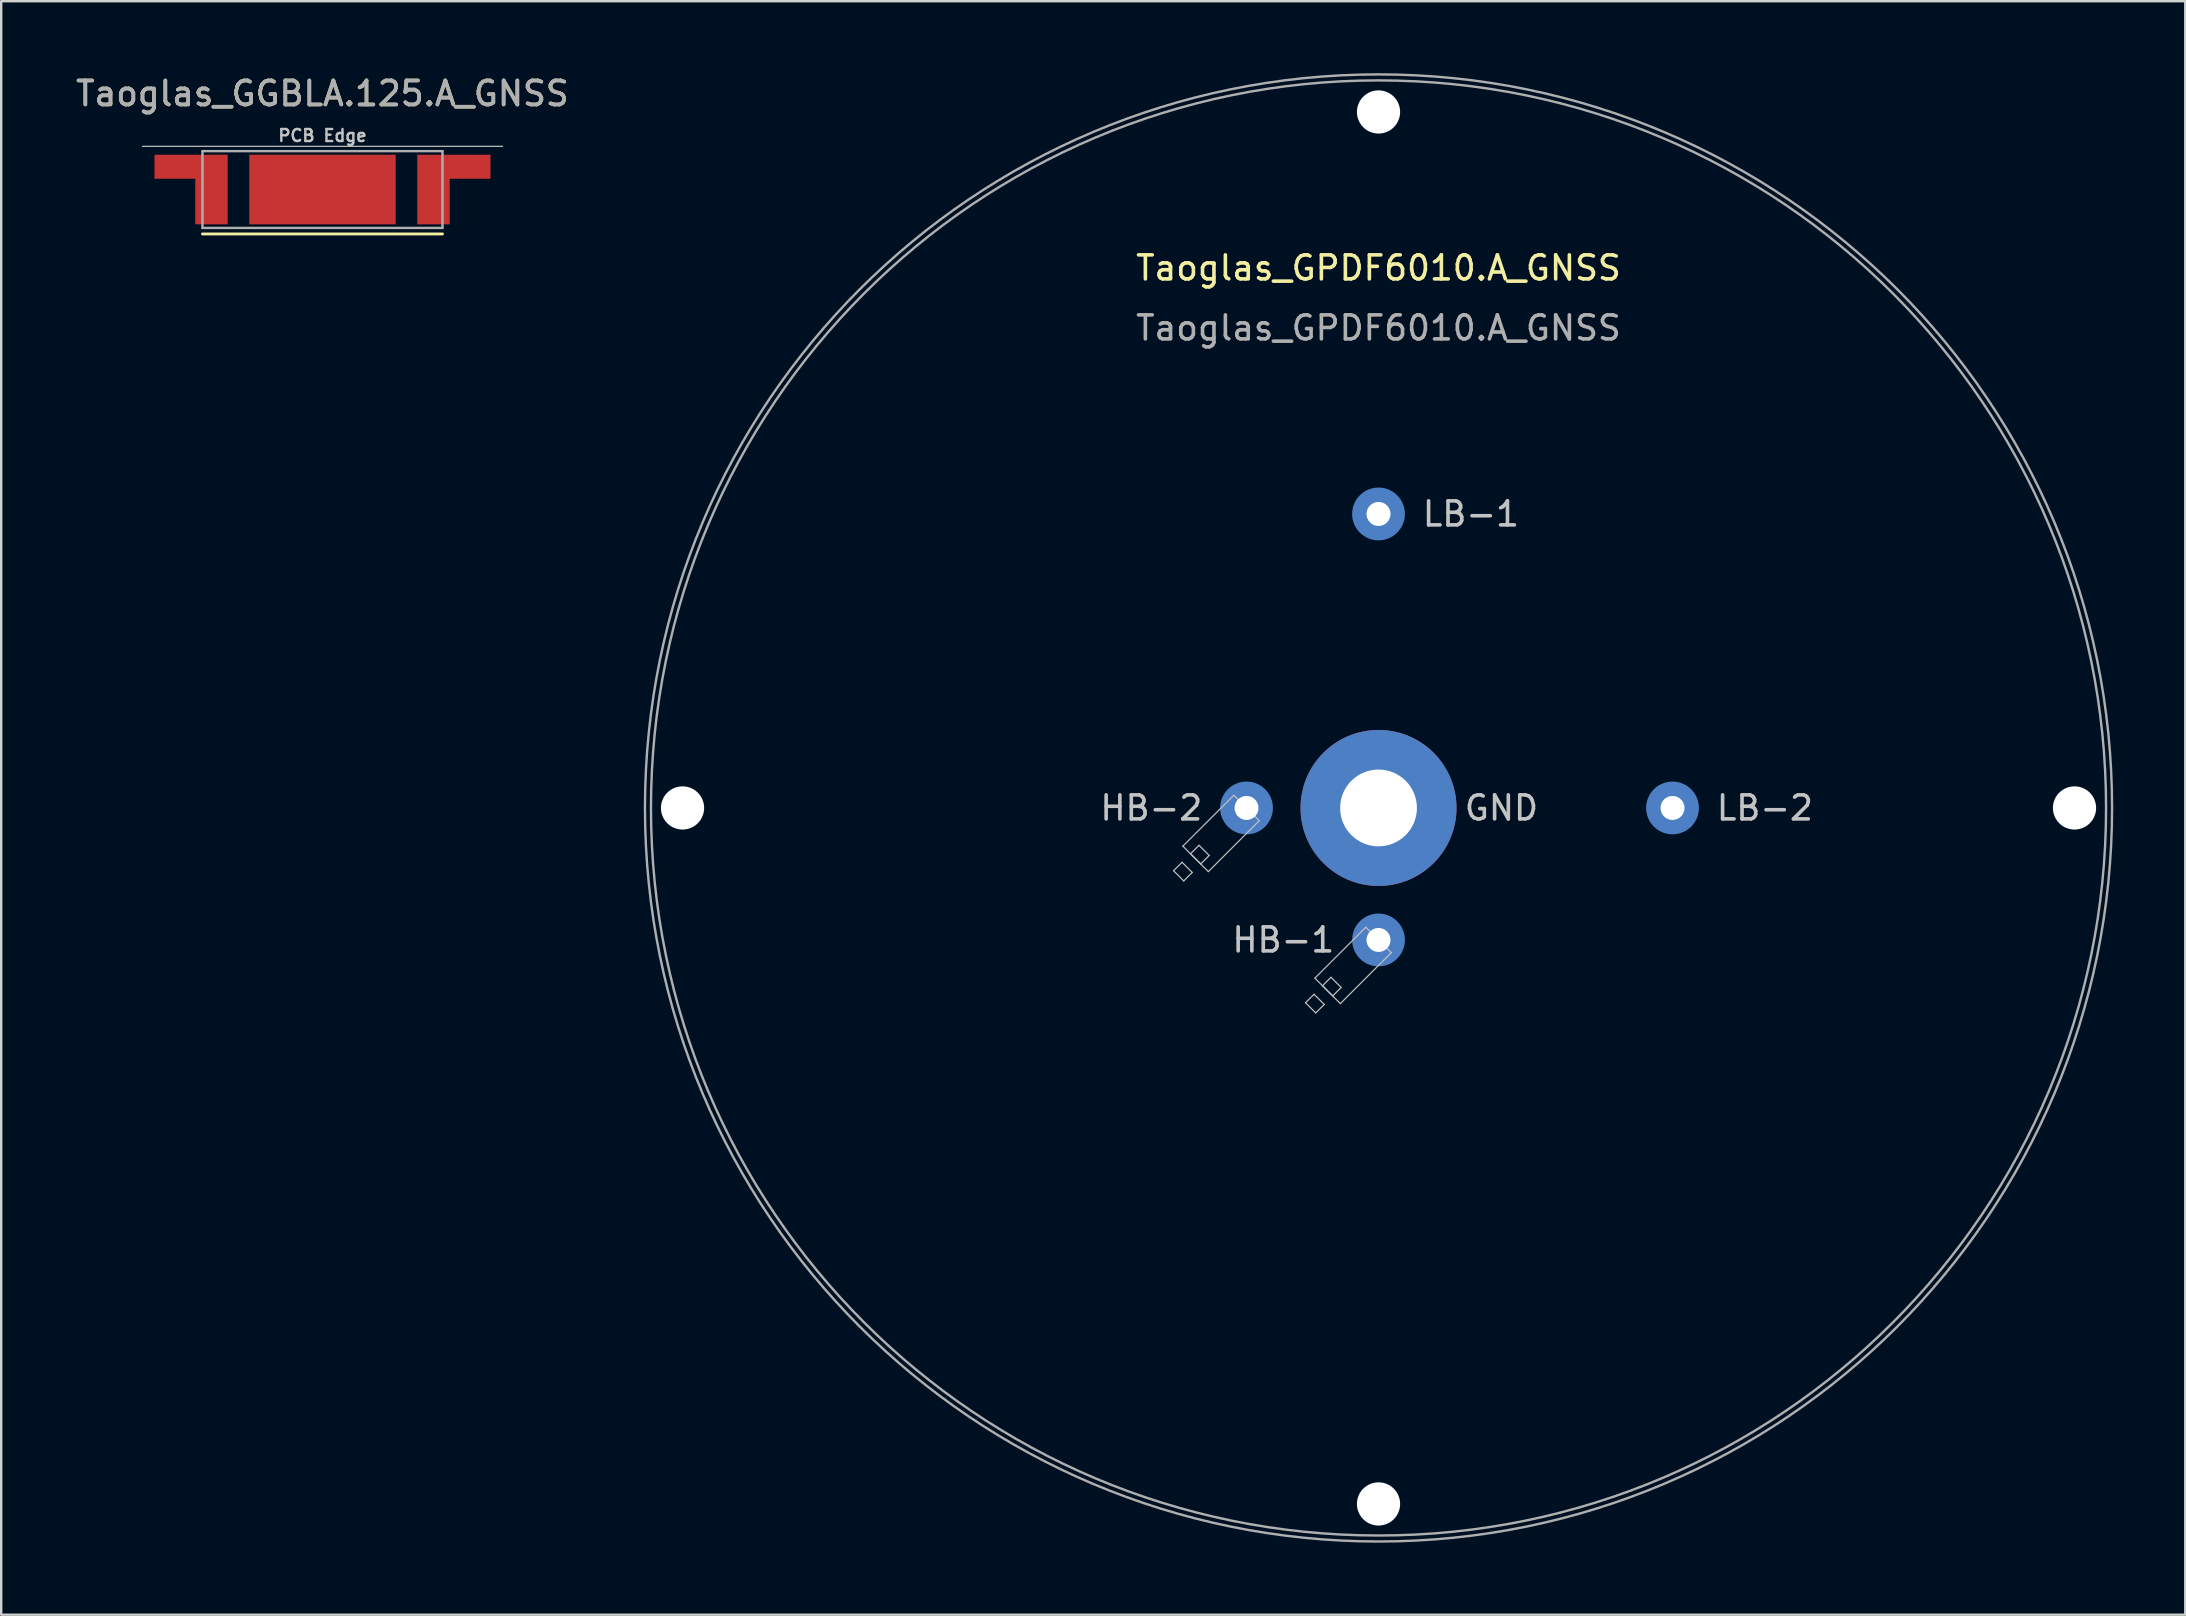
<source format=kicad_pcb>
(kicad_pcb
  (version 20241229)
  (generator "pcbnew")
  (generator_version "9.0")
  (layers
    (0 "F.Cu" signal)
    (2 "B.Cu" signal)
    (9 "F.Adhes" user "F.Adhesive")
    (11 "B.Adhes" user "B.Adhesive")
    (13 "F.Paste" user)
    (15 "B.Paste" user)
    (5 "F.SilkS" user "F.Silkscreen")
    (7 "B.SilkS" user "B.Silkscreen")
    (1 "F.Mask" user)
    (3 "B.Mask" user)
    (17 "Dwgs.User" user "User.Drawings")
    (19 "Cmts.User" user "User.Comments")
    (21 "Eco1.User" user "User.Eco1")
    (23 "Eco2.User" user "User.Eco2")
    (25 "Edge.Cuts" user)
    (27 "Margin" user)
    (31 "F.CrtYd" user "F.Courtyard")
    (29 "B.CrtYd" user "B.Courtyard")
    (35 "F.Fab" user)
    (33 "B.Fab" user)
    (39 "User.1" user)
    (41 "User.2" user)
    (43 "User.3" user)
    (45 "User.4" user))
  (footprint "Taoglas_GGBLA.125.A_GNSS"
    (layer "F.Cu")
    (at 10.387 4.848)
    (property "Reference" "Taoglas_GGBLA.125.A_GNSS" (at 0 -4 0) (unlocked yes) (layer "F.SilkS") (effects (font (size 1 1) (thickness 0.15))))
    (attr smd)
    (fp_line (start -5 1.85) (end 5 1.85) (stroke (width 0.12) (type solid)) (layer "F.SilkS"))
    (fp_line (start -7.5 -1.8) (end 7.5 -1.8) (stroke (width 0.05) (type solid)) (layer "Dwgs.User"))
    (fp_line (start -5 -1.6) (end 5 -1.6) (stroke (width 0.1) (type default)) (layer "F.Fab"))
    (fp_line (start -5 1.6) (end -5 -1.6) (stroke (width 0.1) (type default)) (layer "F.Fab"))
    (fp_line (start 5 -1.6) (end 5 1.6) (stroke (width 0.1) (type default)) (layer "F.Fab"))
    (fp_line (start 5 1.6) (end -5 1.6) (stroke (width 0.1) (type default)) (layer "F.Fab"))
    (fp_text user "PCB Edge" (at 0 -2.25 0) (layer "Dwgs.User") (effects (font (size 0.5 0.5) (thickness 0.1))))
    (fp_text user "${REFERENCE}" (at 0 -4 0) (unlocked yes) (layer "F.Fab") (effects (font (size 1 1) (thickness 0.15))))
    (pad "1" smd rect (at 0 0) (size 6.1 2.9) (layers "F.Cu" "F.Mask" "F.Paste"))
    (pad "2" smd custom (at -4.625 0) (size 1.35 2.9) (layers "F.Cu") (options (anchor rect)) (primitives (gr_rect (start -2.375 -1.45) (end -0.575 -0.45) (width 0) (fill yes))))
    (pad "3" smd custom (at 4.625 0) (size 1.35 2.9) (layers "F.Cu") (options (anchor rect)) (primitives (gr_rect (start 0.575 -1.45) (end 2.375 -0.45) (width 0) (fill yes))))
    (zone (net_name "") (layers "F.Cu" "B.Cu") (name "Antenna Keep-Out Area") (hatch edge 0.5) (connect_pads) (min_thickness 0.25) (filled_areas_thickness no) (keepout (tracks allowed) (vias not_allowed) (pads allowed) (copperpour not_allowed) (footprints allowed)) (placement (enabled no)) (fill) (polygon (pts (xy 2.887 3.048) (xy 17.887 3.048) (xy 17.887 13.198) (xy 2.887 13.198)))))
  (footprint "Taoglas_GPDF6010.A_GNSS"
    (layer "F.Cu")
    (at 54.389 30.615)
    (property "Reference" "Taoglas_GPDF6010.A_GNSS" (at 0 -22.5 0) (unlocked yes) (layer "F.SilkS") (effects (font (size 1 1) (thickness 0.15))))
    (fp_line (start -8.541 2.616) (end -8.187 2.263) (stroke (width 0.05) (type solid)) (layer "Dwgs.User"))
    (fp_line (start -8.541 2.616) (end -8.116 3.041) (stroke (width 0.05) (type solid)) (layer "Dwgs.User"))
    (fp_line (start -8.187 2.263) (end -7.763 2.687) (stroke (width 0.05) (type solid)) (layer "Dwgs.User"))
    (fp_line (start -8.152 1.591) (end -7.091 2.652) (stroke (width 0.05) (type solid)) (layer "Dwgs.User"))
    (fp_line (start -8.152 1.591) (end -6.03 -0.53) (stroke (width 0.05) (type solid)) (layer "Dwgs.User"))
    (fp_line (start -8.116 3.041) (end -7.763 2.687) (stroke (width 0.05) (type solid)) (layer "Dwgs.User"))
    (fp_line (start -7.833 1.909) (end -7.48 1.556) (stroke (width 0.05) (type solid)) (layer "Dwgs.User"))
    (fp_line (start -7.833 1.909) (end -7.409 2.333) (stroke (width 0.05) (type solid)) (layer "Dwgs.User"))
    (fp_line (start -7.48 1.556) (end -7.056 1.98) (stroke (width 0.05) (type solid)) (layer "Dwgs.User"))
    (fp_line (start -7.409 2.333) (end -7.056 1.98) (stroke (width 0.05) (type solid)) (layer "Dwgs.User"))
    (fp_line (start -7.091 2.652) (end -4.97 0.53) (stroke (width 0.05) (type solid)) (layer "Dwgs.User"))
    (fp_line (start -6.03 -0.53) (end -4.97 0.53) (stroke (width 0.05) (type solid)) (layer "Dwgs.User"))
    (fp_line (start -3.041 8.116) (end -2.687 7.763) (stroke (width 0.05) (type solid)) (layer "Dwgs.User"))
    (fp_line (start -3.041 8.116) (end -2.616 8.541) (stroke (width 0.05) (type solid)) (layer "Dwgs.User"))
    (fp_line (start -2.687 7.763) (end -2.263 8.187) (stroke (width 0.05) (type solid)) (layer "Dwgs.User"))
    (fp_line (start -2.652 7.091) (end -1.591 8.152) (stroke (width 0.05) (type solid)) (layer "Dwgs.User"))
    (fp_line (start -2.652 7.091) (end -0.53 4.97) (stroke (width 0.05) (type solid)) (layer "Dwgs.User"))
    (fp_line (start -2.616 8.541) (end -2.263 8.187) (stroke (width 0.05) (type solid)) (layer "Dwgs.User"))
    (fp_line (start -2.333 7.409) (end -1.98 7.056) (stroke (width 0.05) (type solid)) (layer "Dwgs.User"))
    (fp_line (start -2.333 7.409) (end -1.909 7.833) (stroke (width 0.05) (type solid)) (layer "Dwgs.User"))
    (fp_line (start -1.98 7.056) (end -1.556 7.48) (stroke (width 0.05) (type solid)) (layer "Dwgs.User"))
    (fp_line (start -1.909 7.833) (end -1.556 7.48) (stroke (width 0.05) (type solid)) (layer "Dwgs.User"))
    (fp_line (start -1.591 8.152) (end 0.53 6.03) (stroke (width 0.05) (type solid)) (layer "Dwgs.User"))
    (fp_line (start -0.53 4.97) (end 0.53 6.03) (stroke (width 0.05) (type solid)) (layer "Dwgs.User"))
    (fp_circle (center 0 0) (end 30.315 0) (stroke (width 0.1) (type solid)) (fill no) (layer "F.Fab"))
    (fp_circle (center 0 0) (end 30.565 0) (stroke (width 0.1) (type solid)) (fill no) (layer "F.Fab"))
    (fp_text user "HB-2" (at -7.25 0 0) (unlocked yes) (layer "Dwgs.User") (effects (font (size 1 1) (thickness 0.15)) (justify right)))
    (fp_text user "GND" (at 3.5 0 0) (unlocked yes) (layer "Dwgs.User") (effects (font (size 1 1) (thickness 0.15)) (justify left)))
    (fp_text user "HB-1" (at -1.75 5.5 0) (unlocked yes) (layer "Dwgs.User") (effects (font (size 1 1) (thickness 0.15)) (justify right)))
    (fp_text user "LB-1" (at 1.75 -12.25 0) (unlocked yes) (layer "Dwgs.User") (effects (font (size 1 1) (thickness 0.15)) (justify left)))
    (fp_text user "LB-2" (at 14 0 0) (unlocked yes) (layer "Dwgs.User") (effects (font (size 1 1) (thickness 0.15)) (justify left)))
    (fp_text user "${REFERENCE}" (at 0 -20 0) (unlocked yes) (layer "F.Fab") (effects (font (size 1 1) (thickness 0.15))))
    (pad "" np_thru_hole circle (at -29 0) (size 1.8 1.8) (drill 1.8) (layers "*.Cu" "*.Mask"))
    (pad "" np_thru_hole circle (at 0 -29) (size 1.8 1.8) (drill 1.8) (layers "*.Cu" "*.Mask"))
    (pad "" np_thru_hole circle (at 0 29) (size 1.8 1.8) (drill 1.8) (layers "*.Cu" "*.Mask"))
    (pad "" np_thru_hole circle (at 29 0) (size 1.8 1.8) (drill 1.8) (layers "*.Cu" "*.Mask"))
    (pad "1" thru_hole circle (at 0 5.5) (size 1.2 1.2) (drill 1) (layers "*.Cu" "F.Mask") (remove_unused_layers yes) (keep_end_layers yes) (zone_layer_connections))
    (pad "1" smd circle (at 0 5.5) (size 2.2 2.2) (layers "B.Cu" "B.Mask"))
    (pad "2" thru_hole circle (at -5.5 0) (size 1.2 1.2) (drill 1) (layers "*.Cu" "F.Mask") (remove_unused_layers yes) (keep_end_layers yes) (zone_layer_connections))
    (pad "2" smd circle (at -5.5 0) (size 2.2 2.2) (layers "B.Cu" "B.Mask"))
    (pad "3" thru_hole circle (at 0 -12.25) (size 1.2 1.2) (drill 1) (layers "*.Cu" "F.Mask") (remove_unused_layers yes) (keep_end_layers yes) (zone_layer_connections))
    (pad "3" smd circle (at 0 -12.25) (size 2.2 2.2) (layers "B.Cu" "B.Mask"))
    (pad "4" thru_hole circle (at 12.25 0) (size 1.2 1.2) (drill 1) (layers "*.Cu" "F.Mask") (remove_unused_layers yes) (keep_end_layers yes) (zone_layer_connections))
    (pad "4" smd circle (at 12.25 0) (size 2.2 2.2) (layers "B.Cu" "B.Mask"))
    (pad "5" thru_hole circle (at 0 0) (size 6.5 6.5) (drill 3.2) (layers "*.Cu" "*.Mask") (remove_unused_layers yes) (keep_end_layers yes) (zone_layer_connections))
    (zone (net_name "") (layer "F.Cu") (hatch edge 0.5) (connect_pads) (min_thickness 0.25) (filled_areas_thickness no) (keepout (tracks allowed) (vias allowed) (pads allowed) (copperpour not_allowed) (footprints allowed)) (placement (enabled no)) (fill) (polygon (pts (xy 50.389 30.615) (xy 50.368 30.368) (xy 50.308 30.128) (xy 50.208 29.901) (xy 50.073 29.694) (xy 49.905 29.511) (xy 49.709 29.359) (xy 49.491 29.241) (xy 49.257 29.161) (xy 49.013 29.12) (xy 48.765 29.12) (xy 48.521 29.161) (xy 48.286 29.241) (xy 48.068 29.359) (xy 47.873 29.511) (xy 47.705 29.694) (xy 47.57 29.901) (xy 47.47 30.128) (xy 47.409 30.368) (xy 47.389 30.615) (xy 47.409 30.862) (xy 47.47 31.102) (xy 47.57 31.329) (xy 47.705 31.536) (xy 47.873 31.719) (xy 48.068 31.871) (xy 48.286 31.989) (xy 48.521 32.069) (xy 48.765 32.11) (xy 49.013 32.11) (xy 49.257 32.069) (xy 49.491 31.989) (xy 49.709 31.871) (xy 49.905 31.719) (xy 50.073 31.536) (xy 50.208 31.329) (xy 50.308 31.102) (xy 50.368 30.862))))
    (zone (net_name "") (layer "F.Cu") (hatch edge 0.5) (connect_pads) (min_thickness 0.25) (filled_areas_thickness no) (keepout (tracks allowed) (vias allowed) (pads allowed) (copperpour not_allowed) (footprints allowed)) (placement (enabled no)) (fill) (polygon (pts (xy 55.889 18.365) (xy 55.868 18.118) (xy 55.808 17.878) (xy 55.708 17.651) (xy 55.573 17.444) (xy 55.405 17.261) (xy 55.209 17.109) (xy 54.991 16.991) (xy 54.757 16.911) (xy 54.513 16.87) (xy 54.265 16.87) (xy 54.021 16.911) (xy 53.786 16.991) (xy 53.568 17.109) (xy 53.373 17.261) (xy 53.205 17.444) (xy 53.07 17.651) (xy 52.97 17.878) (xy 52.909 18.118) (xy 52.889 18.365) (xy 52.909 18.612) (xy 52.97 18.852) (xy 53.07 19.079) (xy 53.205 19.286) (xy 53.373 19.469) (xy 53.568 19.621) (xy 53.786 19.739) (xy 54.021 19.819) (xy 54.265 19.86) (xy 54.513 19.86) (xy 54.757 19.819) (xy 54.991 19.739) (xy 55.209 19.621) (xy 55.405 19.469) (xy 55.573 19.286) (xy 55.708 19.079) (xy 55.808 18.852) (xy 55.868 18.612))))
    (zone (net_name "") (layer "F.Cu") (hatch edge 0.5) (connect_pads) (min_thickness 0.25) (filled_areas_thickness no) (keepout (tracks allowed) (vias allowed) (pads allowed) (copperpour not_allowed) (footprints allowed)) (placement (enabled no)) (fill) (polygon (pts (xy 55.889 36.115) (xy 55.868 35.868) (xy 55.808 35.628) (xy 55.708 35.401) (xy 55.573 35.194) (xy 55.405 35.011) (xy 55.209 34.859) (xy 54.991 34.741) (xy 54.757 34.661) (xy 54.513 34.62) (xy 54.265 34.62) (xy 54.021 34.661) (xy 53.786 34.741) (xy 53.568 34.859) (xy 53.373 35.011) (xy 53.205 35.194) (xy 53.07 35.401) (xy 52.97 35.628) (xy 52.909 35.868) (xy 52.889 36.115) (xy 52.909 36.362) (xy 52.97 36.602) (xy 53.07 36.829) (xy 53.205 37.036) (xy 53.373 37.219) (xy 53.568 37.371) (xy 53.786 37.489) (xy 54.021 37.569) (xy 54.265 37.61) (xy 54.513 37.61) (xy 54.757 37.569) (xy 54.991 37.489) (xy 55.209 37.371) (xy 55.405 37.219) (xy 55.573 37.036) (xy 55.708 36.829) (xy 55.808 36.602) (xy 55.868 36.362))))
    (zone (net_name "") (layer "F.Cu") (hatch edge 0.5) (connect_pads) (min_thickness 0.25) (filled_areas_thickness no) (keepout (tracks allowed) (vias allowed) (pads allowed) (copperpour not_allowed) (footprints allowed)) (placement (enabled no)) (fill) (polygon (pts (xy 68.139 30.615) (xy 68.118 30.368) (xy 68.058 30.128) (xy 67.958 29.901) (xy 67.823 29.694) (xy 67.655 29.511) (xy 67.459 29.359) (xy 67.241 29.241) (xy 67.007 29.161) (xy 66.763 29.12) (xy 66.515 29.12) (xy 66.271 29.161) (xy 66.036 29.241) (xy 65.818 29.359) (xy 65.623 29.511) (xy 65.455 29.694) (xy 65.32 29.901) (xy 65.22 30.128) (xy 65.159 30.368) (xy 65.139 30.615) (xy 65.159 30.862) (xy 65.22 31.102) (xy 65.32 31.329) (xy 65.455 31.536) (xy 65.623 31.719) (xy 65.818 31.871) (xy 66.036 31.989) (xy 66.271 32.069) (xy 66.515 32.11) (xy 66.763 32.11) (xy 67.007 32.069) (xy 67.241 31.989) (xy 67.459 31.871) (xy 67.655 31.719) (xy 67.823 31.536) (xy 67.958 31.329) (xy 68.058 31.102) (xy 68.118 30.862))))
    (zone (net_name "") (layer "B.Cu") (hatch edge 0.5) (connect_pads) (min_thickness 0.25) (filled_areas_thickness no) (keepout (tracks allowed) (vias allowed) (pads allowed) (copperpour not_allowed) (footprints allowed)) (placement (enabled no)) (fill) (polygon (pts (xy 50.639 30.615) (xy 50.619 30.354) (xy 50.561 30.099) (xy 50.466 29.856) (xy 50.335 29.629) (xy 50.172 29.425) (xy 49.98 29.247) (xy 49.764 29.099) (xy 49.528 28.986) (xy 49.278 28.909) (xy 49.02 28.87) (xy 48.758 28.87) (xy 48.499 28.909) (xy 48.249 28.986) (xy 48.014 29.099) (xy 47.798 29.247) (xy 47.606 29.425) (xy 47.443 29.629) (xy 47.312 29.856) (xy 47.217 30.099) (xy 47.158 30.354) (xy 47.139 30.615) (xy 47.158 30.876) (xy 47.217 31.131) (xy 47.312 31.374) (xy 47.443 31.601) (xy 47.606 31.805) (xy 47.798 31.983) (xy 48.014 32.131) (xy 48.249 32.244) (xy 48.499 32.321) (xy 48.758 32.36) (xy 49.02 32.36) (xy 49.278 32.321) (xy 49.528 32.244) (xy 49.764 32.131) (xy 49.98 31.983) (xy 50.172 31.805) (xy 50.335 31.601) (xy 50.466 31.374) (xy 50.561 31.131) (xy 50.619 30.876))))
    (zone (net_name "") (layer "B.Cu") (hatch edge 0.5) (connect_pads) (min_thickness 0.25) (filled_areas_thickness no) (keepout (tracks allowed) (vias allowed) (pads allowed) (copperpour not_allowed) (footprints allowed)) (placement (enabled no)) (fill) (polygon (pts (xy 56.139 18.365) (xy 56.119 18.104) (xy 56.061 17.849) (xy 55.966 17.606) (xy 55.835 17.379) (xy 55.672 17.175) (xy 55.48 16.997) (xy 55.264 16.849) (xy 55.028 16.736) (xy 54.778 16.659) (xy 54.52 16.62) (xy 54.258 16.62) (xy 53.999 16.659) (xy 53.749 16.736) (xy 53.514 16.849) (xy 53.298 16.997) (xy 53.106 17.175) (xy 52.943 17.379) (xy 52.812 17.606) (xy 52.717 17.849) (xy 52.658 18.104) (xy 52.639 18.365) (xy 52.658 18.626) (xy 52.717 18.881) (xy 52.812 19.124) (xy 52.943 19.351) (xy 53.106 19.555) (xy 53.298 19.733) (xy 53.514 19.881) (xy 53.749 19.994) (xy 53.999 20.071) (xy 54.258 20.11) (xy 54.52 20.11) (xy 54.778 20.071) (xy 55.028 19.994) (xy 55.264 19.881) (xy 55.48 19.733) (xy 55.672 19.555) (xy 55.835 19.351) (xy 55.966 19.124) (xy 56.061 18.881) (xy 56.119 18.626))))
    (zone (net_name "") (layer "B.Cu") (hatch edge 0.5) (connect_pads) (min_thickness 0.25) (filled_areas_thickness no) (keepout (tracks allowed) (vias allowed) (pads allowed) (copperpour not_allowed) (footprints allowed)) (placement (enabled no)) (fill) (polygon (pts (xy 56.139 36.115) (xy 56.119 35.854) (xy 56.061 35.599) (xy 55.966 35.356) (xy 55.835 35.129) (xy 55.672 34.925) (xy 55.48 34.747) (xy 55.264 34.599) (xy 55.028 34.486) (xy 54.778 34.409) (xy 54.52 34.37) (xy 54.258 34.37) (xy 53.999 34.409) (xy 53.749 34.486) (xy 53.514 34.599) (xy 53.298 34.747) (xy 53.106 34.925) (xy 52.943 35.129) (xy 52.812 35.356) (xy 52.717 35.599) (xy 52.658 35.854) (xy 52.639 36.115) (xy 52.658 36.376) (xy 52.717 36.631) (xy 52.812 36.874) (xy 52.943 37.101) (xy 53.106 37.305) (xy 53.298 37.483) (xy 53.514 37.631) (xy 53.749 37.744) (xy 53.999 37.821) (xy 54.258 37.86) (xy 54.52 37.86) (xy 54.778 37.821) (xy 55.028 37.744) (xy 55.264 37.631) (xy 55.48 37.483) (xy 55.672 37.305) (xy 55.835 37.101) (xy 55.966 36.874) (xy 56.061 36.631) (xy 56.119 36.376))))
    (zone (net_name "") (layer "B.Cu") (hatch edge 0.5) (connect_pads) (min_thickness 0.25) (filled_areas_thickness no) (keepout (tracks allowed) (vias allowed) (pads allowed) (copperpour not_allowed) (footprints allowed)) (placement (enabled no)) (fill) (polygon (pts (xy 68.389 30.615) (xy 68.369 30.354) (xy 68.311 30.099) (xy 68.216 29.856) (xy 68.085 29.629) (xy 67.922 29.425) (xy 67.73 29.247) (xy 67.514 29.099) (xy 67.278 28.986) (xy 67.028 28.909) (xy 66.77 28.87) (xy 66.508 28.87) (xy 66.249 28.909) (xy 65.999 28.986) (xy 65.764 29.099) (xy 65.548 29.247) (xy 65.356 29.425) (xy 65.193 29.629) (xy 65.062 29.856) (xy 64.967 30.099) (xy 64.908 30.354) (xy 64.889 30.615) (xy 64.908 30.876) (xy 64.967 31.131) (xy 65.062 31.374) (xy 65.193 31.601) (xy 65.356 31.805) (xy 65.548 31.983) (xy 65.764 32.131) (xy 65.999 32.244) (xy 66.249 32.321) (xy 66.508 32.36) (xy 66.77 32.36) (xy 67.028 32.321) (xy 67.278 32.244) (xy 67.514 32.131) (xy 67.73 31.983) (xy 67.922 31.805) (xy 68.085 31.601) (xy 68.216 31.374) (xy 68.311 31.131) (xy 68.369 30.876)))))
  (gr_rect
    (start -3 -3)
    (end 88.004 64.23)
    (stroke (width 0.1) (type default))
    (fill no)
    (layer "Edge.Cuts")))
</source>
